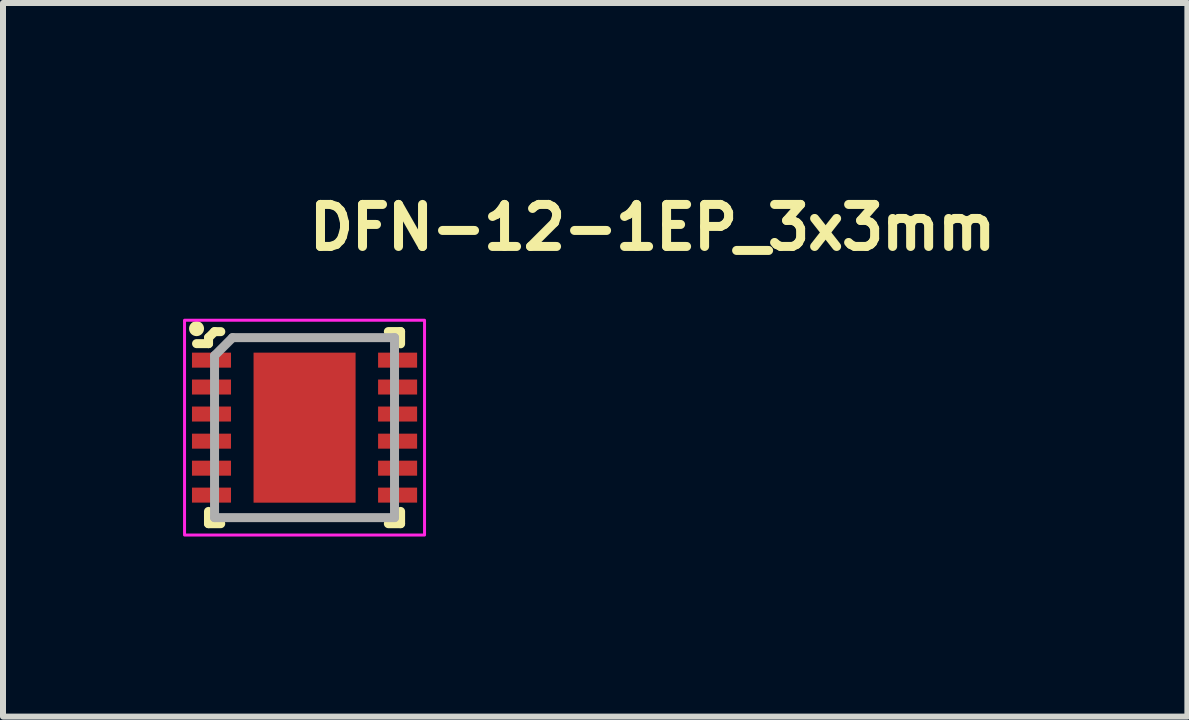
<source format=kicad_pcb>
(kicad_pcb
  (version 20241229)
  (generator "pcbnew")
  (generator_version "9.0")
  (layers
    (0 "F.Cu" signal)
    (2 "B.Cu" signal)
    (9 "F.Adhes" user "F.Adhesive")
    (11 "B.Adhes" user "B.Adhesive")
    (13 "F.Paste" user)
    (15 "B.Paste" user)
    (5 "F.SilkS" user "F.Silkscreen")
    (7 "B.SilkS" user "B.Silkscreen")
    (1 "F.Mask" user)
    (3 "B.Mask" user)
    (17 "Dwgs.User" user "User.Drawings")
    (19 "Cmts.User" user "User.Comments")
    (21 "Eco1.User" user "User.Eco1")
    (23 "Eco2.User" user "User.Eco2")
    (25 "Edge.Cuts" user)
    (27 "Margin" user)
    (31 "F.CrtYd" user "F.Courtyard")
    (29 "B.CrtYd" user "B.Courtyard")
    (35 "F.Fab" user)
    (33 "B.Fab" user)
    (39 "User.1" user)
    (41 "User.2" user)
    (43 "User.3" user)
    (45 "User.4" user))
  (footprint "DFN-12-1EP_3x3mm"
    (layer "F.Cu")
    (at 2.025 4.076)
    (property "Reference" "DFN-12-1EP_3x3mm" (at 0 -2.926 0) (layer "F.SilkS") (effects (font (size 0.7 0.7) (thickness 0.15)) (justify left bottom)))
    (attr smd)
    (fp_line (start -1.601 1.6) (end -1.601 1.396) (stroke (width 0.15) (type solid)) (layer "F.SilkS"))
    (fp_line (start -1.601 1.6) (end -1.397 1.6) (stroke (width 0.15) (type solid)) (layer "F.SilkS"))
    (fp_line (start -1.6 -1.5) (end -1.5 -1.6) (stroke (width 0.15) (type solid)) (layer "F.SilkS"))
    (fp_line (start -1.6 -1.4) (end -1.8 -1.4) (stroke (width 0.15) (type solid)) (layer "F.SilkS"))
    (fp_line (start -1.6 -1.4) (end -1.6 -1.5) (stroke (width 0.15) (type solid)) (layer "F.SilkS"))
    (fp_line (start -1.5 -1.6) (end -1.396 -1.6) (stroke (width 0.15) (type solid)) (layer "F.SilkS"))
    (fp_line (start 1.6 -1.601) (end 1.396 -1.601) (stroke (width 0.15) (type solid)) (layer "F.SilkS"))
    (fp_line (start 1.6 -1.601) (end 1.6 -1.397) (stroke (width 0.15) (type solid)) (layer "F.SilkS"))
    (fp_line (start 1.6 1.6) (end 1.396 1.6) (stroke (width 0.15) (type solid)) (layer "F.SilkS"))
    (fp_line (start 1.6 1.6) (end 1.6 1.396) (stroke (width 0.15) (type solid)) (layer "F.SilkS"))
    (fp_circle (center -1.8 -1.65) (end -1.8 -1.6) (stroke (width 0.15) (type solid)) (fill yes) (layer "F.SilkS"))
    (fp_rect (start -2 -1.79) (end 1.999 1.789) (stroke (width 0.05) (type solid)) (fill no) (layer "F.CrtYd"))
    (fp_line (start -1.5 -1.2) (end -1.5 1.499) (stroke (width 0.15) (type solid)) (layer "F.Fab"))
    (fp_line (start -1.2 -1.5) (end -1.5 -1.2) (stroke (width 0.15) (type solid)) (layer "F.Fab"))
    (fp_line (start -1.2 -1.5) (end 1.499 -1.5) (stroke (width 0.15) (type solid)) (layer "F.Fab"))
    (fp_line (start 1.499 -1.5) (end 1.499 1.499) (stroke (width 0.15) (type solid)) (layer "F.Fab"))
    (fp_line (start 1.499 1.499) (end -1.5 1.499) (stroke (width 0.15) (type solid)) (layer "F.Fab"))
    (fp_rect (start -1.5 -1.49) (end 1.499 1.489) (stroke (width 0.1) (type solid)) (fill no) (layer "User.5"))
    (fp_line (start -1.5 -1.24) (end -1.5 -1.01) (stroke (width 0.02) (type solid)) (layer "User.9"))
    (fp_line (start -1.5 -1.01) (end -1.49 -1.01) (stroke (width 0.02) (type solid)) (layer "User.9"))
    (fp_line (start -1.5 -0.792) (end -1.5 -0.562) (stroke (width 0.02) (type solid)) (layer "User.9"))
    (fp_line (start -1.5 -0.562) (end -1.49 -0.562) (stroke (width 0.02) (type solid)) (layer "User.9"))
    (fp_line (start -1.5 -0.342) (end -1.5 -0.11) (stroke (width 0.02) (type solid)) (layer "User.9"))
    (fp_line (start -1.5 -0.11) (end -1.49 -0.11) (stroke (width 0.02) (type solid)) (layer "User.9"))
    (fp_line (start -1.5 0.108) (end -1.5 0.34) (stroke (width 0.02) (type solid)) (layer "User.9"))
    (fp_line (start -1.5 0.34) (end -1.49 0.34) (stroke (width 0.02) (type solid)) (layer "User.9"))
    (fp_line (start -1.5 0.56) (end -1.5 0.79) (stroke (width 0.02) (type solid)) (layer "User.9"))
    (fp_line (start -1.5 0.79) (end -1.49 0.79) (stroke (width 0.02) (type solid)) (layer "User.9"))
    (fp_line (start -1.5 1.009) (end -1.5 1.239) (stroke (width 0.02) (type solid)) (layer "User.9"))
    (fp_line (start -1.5 1.239) (end -1.49 1.239) (stroke (width 0.02) (type solid)) (layer "User.9"))
    (fp_line (start -1.49 -1.49) (end -1.49 1.489) (stroke (width 0.02) (type solid)) (layer "User.9"))
    (fp_line (start -1.49 -1.49) (end 1.489 -1.49) (stroke (width 0.02) (type solid)) (layer "User.9"))
    (fp_line (start -1.49 -1.24) (end -1.5 -1.24) (stroke (width 0.02) (type solid)) (layer "User.9"))
    (fp_line (start -1.49 -0.792) (end -1.5 -0.792) (stroke (width 0.02) (type solid)) (layer "User.9"))
    (fp_line (start -1.49 -0.342) (end -1.5 -0.342) (stroke (width 0.02) (type solid)) (layer "User.9"))
    (fp_line (start -1.49 0.108) (end -1.5 0.108) (stroke (width 0.02) (type solid)) (layer "User.9"))
    (fp_line (start -1.49 0.56) (end -1.5 0.56) (stroke (width 0.02) (type solid)) (layer "User.9"))
    (fp_line (start -1.49 1.009) (end -1.5 1.009) (stroke (width 0.02) (type solid)) (layer "User.9"))
    (fp_line (start -1.49 1.489) (end 1.489 1.489) (stroke (width 0.02) (type solid)) (layer "User.9"))
    (fp_line (start -1.151 -0.914) (end -1.151 -0.902) (stroke (width 0.02) (type solid)) (layer "User.9"))
    (fp_line (start -1.151 -0.902) (end -1.151 -0.902) (stroke (width 0.02) (type solid)) (layer "User.9"))
    (fp_line (start -1.151 -0.902) (end -1.151 -0.888) (stroke (width 0.02) (type solid)) (layer "User.9"))
    (fp_line (start -1.151 -0.888) (end -1.149 -0.875) (stroke (width 0.02) (type solid)) (layer "User.9"))
    (fp_line (start -1.149 -0.94) (end -1.149 -0.927) (stroke (width 0.02) (type solid)) (layer "User.9"))
    (fp_line (start -1.149 -0.927) (end -1.151 -0.914) (stroke (width 0.02) (type solid)) (layer "User.9"))
    (fp_line (start -1.149 -0.875) (end -1.149 -0.862) (stroke (width 0.02) (type solid)) (layer "User.9"))
    (fp_line (start -1.149 -0.862) (end -1.145 -0.85) (stroke (width 0.02) (type solid)) (layer "User.9"))
    (fp_line (start -1.145 -0.952) (end -1.149 -0.94) (stroke (width 0.02) (type solid)) (layer "User.9"))
    (fp_line (start -1.145 -0.85) (end -1.143 -0.838) (stroke (width 0.02) (type solid)) (layer "User.9"))
    (fp_line (start -1.143 -0.963) (end -1.145 -0.952) (stroke (width 0.02) (type solid)) (layer "User.9"))
    (fp_line (start -1.143 -0.838) (end -1.139 -0.827) (stroke (width 0.02) (type solid)) (layer "User.9"))
    (fp_line (start -1.139 -0.975) (end -1.143 -0.963) (stroke (width 0.02) (type solid)) (layer "User.9"))
    (fp_line (start -1.139 -0.827) (end -1.135 -0.816) (stroke (width 0.02) (type solid)) (layer "User.9"))
    (fp_line (start -1.135 -0.986) (end -1.139 -0.975) (stroke (width 0.02) (type solid)) (layer "User.9"))
    (fp_line (start -1.135 -0.816) (end -1.131 -0.804) (stroke (width 0.02) (type solid)) (layer "User.9"))
    (fp_line (start -1.131 -0.998) (end -1.135 -0.986) (stroke (width 0.02) (type solid)) (layer "User.9"))
    (fp_line (start -1.131 -0.804) (end -1.127 -0.793) (stroke (width 0.02) (type solid)) (layer "User.9"))
    (fp_line (start -1.127 -1.01) (end -1.131 -0.998) (stroke (width 0.02) (type solid)) (layer "User.9"))
    (fp_line (start -1.127 -0.793) (end -1.121 -0.782) (stroke (width 0.02) (type solid)) (layer "User.9"))
    (fp_line (start -1.121 -1.02) (end -1.127 -1.01) (stroke (width 0.02) (type solid)) (layer "User.9"))
    (fp_line (start -1.121 -0.782) (end -1.115 -0.772) (stroke (width 0.02) (type solid)) (layer "User.9"))
    (fp_line (start -1.115 -1.031) (end -1.121 -1.02) (stroke (width 0.02) (type solid)) (layer "User.9"))
    (fp_line (start -1.115 -0.772) (end -1.109 -0.761) (stroke (width 0.02) (type solid)) (layer "User.9"))
    (fp_line (start -1.109 -1.041) (end -1.115 -1.031) (stroke (width 0.02) (type solid)) (layer "User.9"))
    (fp_line (start -1.109 -0.761) (end -1.101 -0.751) (stroke (width 0.02) (type solid)) (layer "User.9"))
    (fp_line (start -1.101 -1.051) (end -1.109 -1.041) (stroke (width 0.02) (type solid)) (layer "User.9"))
    (fp_line (start -1.101 -0.751) (end -1.093 -0.741) (stroke (width 0.02) (type solid)) (layer "User.9"))
    (fp_line (start -1.093 -1.061) (end -1.101 -1.051) (stroke (width 0.02) (type solid)) (layer "User.9"))
    (fp_line (start -1.093 -0.741) (end -1.087 -0.732) (stroke (width 0.02) (type solid)) (layer "User.9"))
    (fp_line (start -1.087 -1.069) (end -1.093 -1.061) (stroke (width 0.02) (type solid)) (layer "User.9"))
    (fp_line (start -1.087 -0.732) (end -1.077 -0.724) (stroke (width 0.02) (type solid)) (layer "User.9"))
    (fp_line (start -1.077 -1.077) (end -1.087 -1.069) (stroke (width 0.02) (type solid)) (layer "User.9"))
    (fp_line (start -1.077 -0.724) (end -1.069 -0.715) (stroke (width 0.02) (type solid)) (layer "User.9"))
    (fp_line (start -1.069 -1.087) (end -1.077 -1.077) (stroke (width 0.02) (type solid)) (layer "User.9"))
    (fp_line (start -1.069 -0.715) (end -1.061 -0.708) (stroke (width 0.02) (type solid)) (layer "User.9"))
    (fp_line (start -1.061 -1.093) (end -1.069 -1.087) (stroke (width 0.02) (type solid)) (layer "User.9"))
    (fp_line (start -1.061 -0.708) (end -1.051 -0.701) (stroke (width 0.02) (type solid)) (layer "User.9"))
    (fp_line (start -1.051 -1.101) (end -1.061 -1.093) (stroke (width 0.02) (type solid)) (layer "User.9"))
    (fp_line (start -1.051 -0.701) (end -1.041 -0.694) (stroke (width 0.02) (type solid)) (layer "User.9"))
    (fp_line (start -1.041 -1.109) (end -1.051 -1.101) (stroke (width 0.02) (type solid)) (layer "User.9"))
    (fp_line (start -1.041 -0.694) (end -1.031 -0.688) (stroke (width 0.02) (type solid)) (layer "User.9"))
    (fp_line (start -1.031 -1.115) (end -1.041 -1.109) (stroke (width 0.02) (type solid)) (layer "User.9"))
    (fp_line (start -1.031 -0.688) (end -1.02 -0.682) (stroke (width 0.02) (type solid)) (layer "User.9"))
    (fp_line (start -1.02 -1.121) (end -1.031 -1.115) (stroke (width 0.02) (type solid)) (layer "User.9"))
    (fp_line (start -1.02 -0.682) (end -1.01 -0.676) (stroke (width 0.02) (type solid)) (layer "User.9"))
    (fp_line (start -1.01 -1.127) (end -1.02 -1.121) (stroke (width 0.02) (type solid)) (layer "User.9"))
    (fp_line (start -1.01 -0.676) (end -0.998 -0.671) (stroke (width 0.02) (type solid)) (layer "User.9"))
    (fp_line (start -0.998 -1.131) (end -1.01 -1.127) (stroke (width 0.02) (type solid)) (layer "User.9"))
    (fp_line (start -0.998 -0.671) (end -0.986 -0.667) (stroke (width 0.02) (type solid)) (layer "User.9"))
    (fp_line (start -0.986 -1.135) (end -0.998 -1.131) (stroke (width 0.02) (type solid)) (layer "User.9"))
    (fp_line (start -0.986 -0.667) (end -0.975 -0.663) (stroke (width 0.02) (type solid)) (layer "User.9"))
    (fp_line (start -0.975 -1.139) (end -0.986 -1.135) (stroke (width 0.02) (type solid)) (layer "User.9"))
    (fp_line (start -0.975 -0.663) (end -0.963 -0.659) (stroke (width 0.02) (type solid)) (layer "User.9"))
    (fp_line (start -0.963 -1.143) (end -0.975 -1.139) (stroke (width 0.02) (type solid)) (layer "User.9"))
    (fp_line (start -0.963 -0.659) (end -0.952 -0.657) (stroke (width 0.02) (type solid)) (layer "User.9"))
    (fp_line (start -0.952 -1.145) (end -0.963 -1.143) (stroke (width 0.02) (type solid)) (layer "User.9"))
    (fp_line (start -0.952 -0.657) (end -0.94 -0.654) (stroke (width 0.02) (type solid)) (layer "User.9"))
    (fp_line (start -0.94 -1.149) (end -0.952 -1.145) (stroke (width 0.02) (type solid)) (layer "User.9"))
    (fp_line (start -0.94 -0.654) (end -0.927 -0.653) (stroke (width 0.02) (type solid)) (layer "User.9"))
    (fp_line (start -0.927 -1.149) (end -0.94 -1.149) (stroke (width 0.02) (type solid)) (layer "User.9"))
    (fp_line (start -0.927 -0.653) (end -0.914 -0.652) (stroke (width 0.02) (type solid)) (layer "User.9"))
    (fp_line (start -0.914 -1.151) (end -0.927 -1.149) (stroke (width 0.02) (type solid)) (layer "User.9"))
    (fp_line (start -0.914 -0.652) (end -0.902 -0.652) (stroke (width 0.02) (type solid)) (layer "User.9"))
    (fp_line (start -0.902 -1.151) (end -0.914 -1.151) (stroke (width 0.02) (type solid)) (layer "User.9"))
    (fp_line (start -0.902 -1.151) (end -0.902 -1.151) (stroke (width 0.02) (type solid)) (layer "User.9"))
    (fp_line (start -0.902 -0.652) (end -0.902 -0.652) (stroke (width 0.02) (type solid)) (layer "User.9"))
    (fp_line (start -0.902 -0.652) (end -0.888 -0.652) (stroke (width 0.02) (type solid)) (layer "User.9"))
    (fp_line (start -0.888 -1.151) (end -0.902 -1.151) (stroke (width 0.02) (type solid)) (layer "User.9"))
    (fp_line (start -0.888 -0.652) (end -0.875 -0.653) (stroke (width 0.02) (type solid)) (layer "User.9"))
    (fp_line (start -0.875 -1.149) (end -0.888 -1.151) (stroke (width 0.02) (type solid)) (layer "User.9"))
    (fp_line (start -0.875 -0.653) (end -0.862 -0.654) (stroke (width 0.02) (type solid)) (layer "User.9"))
    (fp_line (start -0.862 -1.149) (end -0.875 -1.149) (stroke (width 0.02) (type solid)) (layer "User.9"))
    (fp_line (start -0.862 -0.654) (end -0.85 -0.657) (stroke (width 0.02) (type solid)) (layer "User.9"))
    (fp_line (start -0.85 -1.145) (end -0.862 -1.149) (stroke (width 0.02) (type solid)) (layer "User.9"))
    (fp_line (start -0.85 -0.657) (end -0.838 -0.659) (stroke (width 0.02) (type solid)) (layer "User.9"))
    (fp_line (start -0.838 -1.143) (end -0.85 -1.145) (stroke (width 0.02) (type solid)) (layer "User.9"))
    (fp_line (start -0.838 -0.659) (end -0.827 -0.663) (stroke (width 0.02) (type solid)) (layer "User.9"))
    (fp_line (start -0.827 -1.139) (end -0.838 -1.143) (stroke (width 0.02) (type solid)) (layer "User.9"))
    (fp_line (start -0.827 -0.663) (end -0.816 -0.667) (stroke (width 0.02) (type solid)) (layer "User.9"))
    (fp_line (start -0.816 -1.135) (end -0.827 -1.139) (stroke (width 0.02) (type solid)) (layer "User.9"))
    (fp_line (start -0.816 -0.667) (end -0.804 -0.671) (stroke (width 0.02) (type solid)) (layer "User.9"))
    (fp_line (start -0.804 -1.131) (end -0.816 -1.135) (stroke (width 0.02) (type solid)) (layer "User.9"))
    (fp_line (start -0.804 -0.671) (end -0.793 -0.676) (stroke (width 0.02) (type solid)) (layer "User.9"))
    (fp_line (start -0.793 -1.127) (end -0.804 -1.131) (stroke (width 0.02) (type solid)) (layer "User.9"))
    (fp_line (start -0.793 -0.676) (end -0.782 -0.682) (stroke (width 0.02) (type solid)) (layer "User.9"))
    (fp_line (start -0.782 -1.121) (end -0.793 -1.127) (stroke (width 0.02) (type solid)) (layer "User.9"))
    (fp_line (start -0.782 -0.682) (end -0.772 -0.688) (stroke (width 0.02) (type solid)) (layer "User.9"))
    (fp_line (start -0.772 -1.115) (end -0.782 -1.121) (stroke (width 0.02) (type solid)) (layer "User.9"))
    (fp_line (start -0.772 -0.688) (end -0.761 -0.694) (stroke (width 0.02) (type solid)) (layer "User.9"))
    (fp_line (start -0.761 -1.109) (end -0.772 -1.115) (stroke (width 0.02) (type solid)) (layer "User.9"))
    (fp_line (start -0.761 -0.694) (end -0.751 -0.701) (stroke (width 0.02) (type solid)) (layer "User.9"))
    (fp_line (start -0.751 -1.101) (end -0.761 -1.109) (stroke (width 0.02) (type solid)) (layer "User.9"))
    (fp_line (start -0.751 -0.701) (end -0.741 -0.708) (stroke (width 0.02) (type solid)) (layer "User.9"))
    (fp_line (start -0.741 -1.093) (end -0.751 -1.101) (stroke (width 0.02) (type solid)) (layer "User.9"))
    (fp_line (start -0.741 -0.708) (end -0.732 -0.715) (stroke (width 0.02) (type solid)) (layer "User.9"))
    (fp_line (start -0.732 -1.087) (end -0.741 -1.093) (stroke (width 0.02) (type solid)) (layer "User.9"))
    (fp_line (start -0.732 -0.715) (end -0.724 -0.724) (stroke (width 0.02) (type solid)) (layer "User.9"))
    (fp_line (start -0.724 -1.077) (end -0.732 -1.087) (stroke (width 0.02) (type solid)) (layer "User.9"))
    (fp_line (start -0.724 -0.724) (end -0.715 -0.732) (stroke (width 0.02) (type solid)) (layer "User.9"))
    (fp_line (start -0.715 -1.069) (end -0.724 -1.077) (stroke (width 0.02) (type solid)) (layer "User.9"))
    (fp_line (start -0.715 -0.732) (end -0.708 -0.741) (stroke (width 0.02) (type solid)) (layer "User.9"))
    (fp_line (start -0.708 -1.061) (end -0.715 -1.069) (stroke (width 0.02) (type solid)) (layer "User.9"))
    (fp_line (start -0.708 -0.741) (end -0.701 -0.751) (stroke (width 0.02) (type solid)) (layer "User.9"))
    (fp_line (start -0.701 -1.051) (end -0.708 -1.061) (stroke (width 0.02) (type solid)) (layer "User.9"))
    (fp_line (start -0.701 -0.751) (end -0.694 -0.761) (stroke (width 0.02) (type solid)) (layer "User.9"))
    (fp_line (start -0.694 -1.041) (end -0.701 -1.051) (stroke (width 0.02) (type solid)) (layer "User.9"))
    (fp_line (start -0.694 -0.761) (end -0.688 -0.772) (stroke (width 0.02) (type solid)) (layer "User.9"))
    (fp_line (start -0.688 -1.031) (end -0.694 -1.041) (stroke (width 0.02) (type solid)) (layer "User.9"))
    (fp_line (start -0.688 -0.772) (end -0.682 -0.782) (stroke (width 0.02) (type solid)) (layer "User.9"))
    (fp_line (start -0.682 -1.02) (end -0.688 -1.031) (stroke (width 0.02) (type solid)) (layer "User.9"))
    (fp_line (start -0.682 -0.782) (end -0.676 -0.793) (stroke (width 0.02) (type solid)) (layer "User.9"))
    (fp_line (start -0.676 -1.01) (end -0.682 -1.02) (stroke (width 0.02) (type solid)) (layer "User.9"))
    (fp_line (start -0.676 -0.793) (end -0.671 -0.804) (stroke (width 0.02) (type solid)) (layer "User.9"))
    (fp_line (start -0.671 -0.998) (end -0.676 -1.01) (stroke (width 0.02) (type solid)) (layer "User.9"))
    (fp_line (start -0.671 -0.804) (end -0.667 -0.816) (stroke (width 0.02) (type solid)) (layer "User.9"))
    (fp_line (start -0.667 -0.986) (end -0.671 -0.998) (stroke (width 0.02) (type solid)) (layer "User.9"))
    (fp_line (start -0.667 -0.816) (end -0.663 -0.827) (stroke (width 0.02) (type solid)) (layer "User.9"))
    (fp_line (start -0.663 -0.975) (end -0.667 -0.986) (stroke (width 0.02) (type solid)) (layer "User.9"))
    (fp_line (start -0.663 -0.827) (end -0.659 -0.838) (stroke (width 0.02) (type solid)) (layer "User.9"))
    (fp_line (start -0.659 -0.963) (end -0.663 -0.975) (stroke (width 0.02) (type solid)) (layer "User.9"))
    (fp_line (start -0.659 -0.838) (end -0.657 -0.85) (stroke (width 0.02) (type solid)) (layer "User.9"))
    (fp_line (start -0.657 -0.952) (end -0.659 -0.963) (stroke (width 0.02) (type solid)) (layer "User.9"))
    (fp_line (start -0.657 -0.85) (end -0.654 -0.862) (stroke (width 0.02) (type solid)) (layer "User.9"))
    (fp_line (start -0.654 -0.94) (end -0.657 -0.952) (stroke (width 0.02) (type solid)) (layer "User.9"))
    (fp_line (start -0.654 -0.862) (end -0.653 -0.875) (stroke (width 0.02) (type solid)) (layer "User.9"))
    (fp_line (start -0.653 -0.927) (end -0.654 -0.94) (stroke (width 0.02) (type solid)) (layer "User.9"))
    (fp_line (start -0.653 -0.875) (end -0.652 -0.888) (stroke (width 0.02) (type solid)) (layer "User.9"))
    (fp_line (start -0.652 -0.914) (end -0.653 -0.927) (stroke (width 0.02) (type solid)) (layer "User.9"))
    (fp_line (start -0.652 -0.902) (end -0.652 -0.914) (stroke (width 0.02) (type solid)) (layer "User.9"))
    (fp_line (start -0.652 -0.902) (end -0.652 -0.902) (stroke (width 0.02) (type solid)) (layer "User.9"))
    (fp_line (start -0.652 -0.902) (end -0.652 -0.902) (stroke (width 0.02) (type solid)) (layer "User.9"))
    (fp_line (start -0.652 -0.888) (end -0.652 -0.902) (stroke (width 0.02) (type solid)) (layer "User.9"))
    (fp_line (start 1.489 -1.49) (end 1.489 1.489) (stroke (width 0.02) (type solid)) (layer "User.9"))
    (fp_line (start 1.489 -1.01) (end 1.499 -1.01) (stroke (width 0.02) (type solid)) (layer "User.9"))
    (fp_line (start 1.489 -0.562) (end 1.499 -0.562) (stroke (width 0.02) (type solid)) (layer "User.9"))
    (fp_line (start 1.489 -0.11) (end 1.499 -0.11) (stroke (width 0.02) (type solid)) (layer "User.9"))
    (fp_line (start 1.489 0.34) (end 1.499 0.34) (stroke (width 0.02) (type solid)) (layer "User.9"))
    (fp_line (start 1.489 0.79) (end 1.499 0.79) (stroke (width 0.02) (type solid)) (layer "User.9"))
    (fp_line (start 1.489 1.239) (end 1.499 1.239) (stroke (width 0.02) (type solid)) (layer "User.9"))
    (fp_line (start 1.499 -1.24) (end 1.489 -1.24) (stroke (width 0.02) (type solid)) (layer "User.9"))
    (fp_line (start 1.499 -1.01) (end 1.499 -1.24) (stroke (width 0.02) (type solid)) (layer "User.9"))
    (fp_line (start 1.499 -0.792) (end 1.489 -0.792) (stroke (width 0.02) (type solid)) (layer "User.9"))
    (fp_line (start 1.499 -0.562) (end 1.499 -0.792) (stroke (width 0.02) (type solid)) (layer "User.9"))
    (fp_line (start 1.499 -0.342) (end 1.489 -0.342) (stroke (width 0.02) (type solid)) (layer "User.9"))
    (fp_line (start 1.499 -0.11) (end 1.499 -0.342) (stroke (width 0.02) (type solid)) (layer "User.9"))
    (fp_line (start 1.499 0.108) (end 1.489 0.108) (stroke (width 0.02) (type solid)) (layer "User.9"))
    (fp_line (start 1.499 0.34) (end 1.499 0.108) (stroke (width 0.02) (type solid)) (layer "User.9"))
    (fp_line (start 1.499 0.56) (end 1.489 0.56) (stroke (width 0.02) (type solid)) (layer "User.9"))
    (fp_line (start 1.499 0.79) (end 1.499 0.56) (stroke (width 0.02) (type solid)) (layer "User.9"))
    (fp_line (start 1.499 1.009) (end 1.489 1.009) (stroke (width 0.02) (type solid)) (layer "User.9"))
    (fp_line (start 1.499 1.239) (end 1.499 1.009) (stroke (width 0.02) (type solid)) (layer "User.9"))
    (pad "1" smd rect (at -1.551 -1.125 270) (size 0.25 0.65) (layers "F.Cu" "F.Mask" "F.Paste"))
    (pad "2" smd rect (at -1.551 -0.677 270) (size 0.25 0.65) (layers "F.Cu" "F.Mask" "F.Paste"))
    (pad "3" smd rect (at -1.551 -0.227 270) (size 0.25 0.65) (layers "F.Cu" "F.Mask" "F.Paste"))
    (pad "4" smd rect (at -1.551 0.225 270) (size 0.25 0.65) (layers "F.Cu" "F.Mask" "F.Paste"))
    (pad "5" smd rect (at -1.551 0.675 270) (size 0.25 0.65) (layers "F.Cu" "F.Mask" "F.Paste"))
    (pad "6" smd rect (at -1.551 1.124 270) (size 0.25 0.65) (layers "F.Cu" "F.Mask" "F.Paste"))
    (pad "7" smd rect (at 1.55 1.124 270) (size 0.25 0.65) (layers "F.Cu" "F.Mask" "F.Paste"))
    (pad "8" smd rect (at 1.55 0.675 270) (size 0.25 0.65) (layers "F.Cu" "F.Mask" "F.Paste"))
    (pad "9" smd rect (at 1.55 0.225 270) (size 0.25 0.65) (layers "F.Cu" "F.Mask" "F.Paste"))
    (pad "10" smd rect (at 1.55 -0.227 270) (size 0.25 0.65) (layers "F.Cu" "F.Mask" "F.Paste"))
    (pad "11" smd rect (at 1.55 -0.677 270) (size 0.25 0.65) (layers "F.Cu" "F.Mask" "F.Paste"))
    (pad "12" smd rect (at 1.55 -1.125 270) (size 0.25 0.65) (layers "F.Cu" "F.Mask" "F.Paste"))
    (pad "13" smd rect (at 0 0 270) (size 2.5 1.7) (layers "F.Cu" "F.Mask" "F.Paste")))
  (gr_rect
    (start -3 -3)
    (end 16.735 8.89)
    (stroke (width 0.1) (type default))
    (fill no)
    (layer "Edge.Cuts")))
</source>
